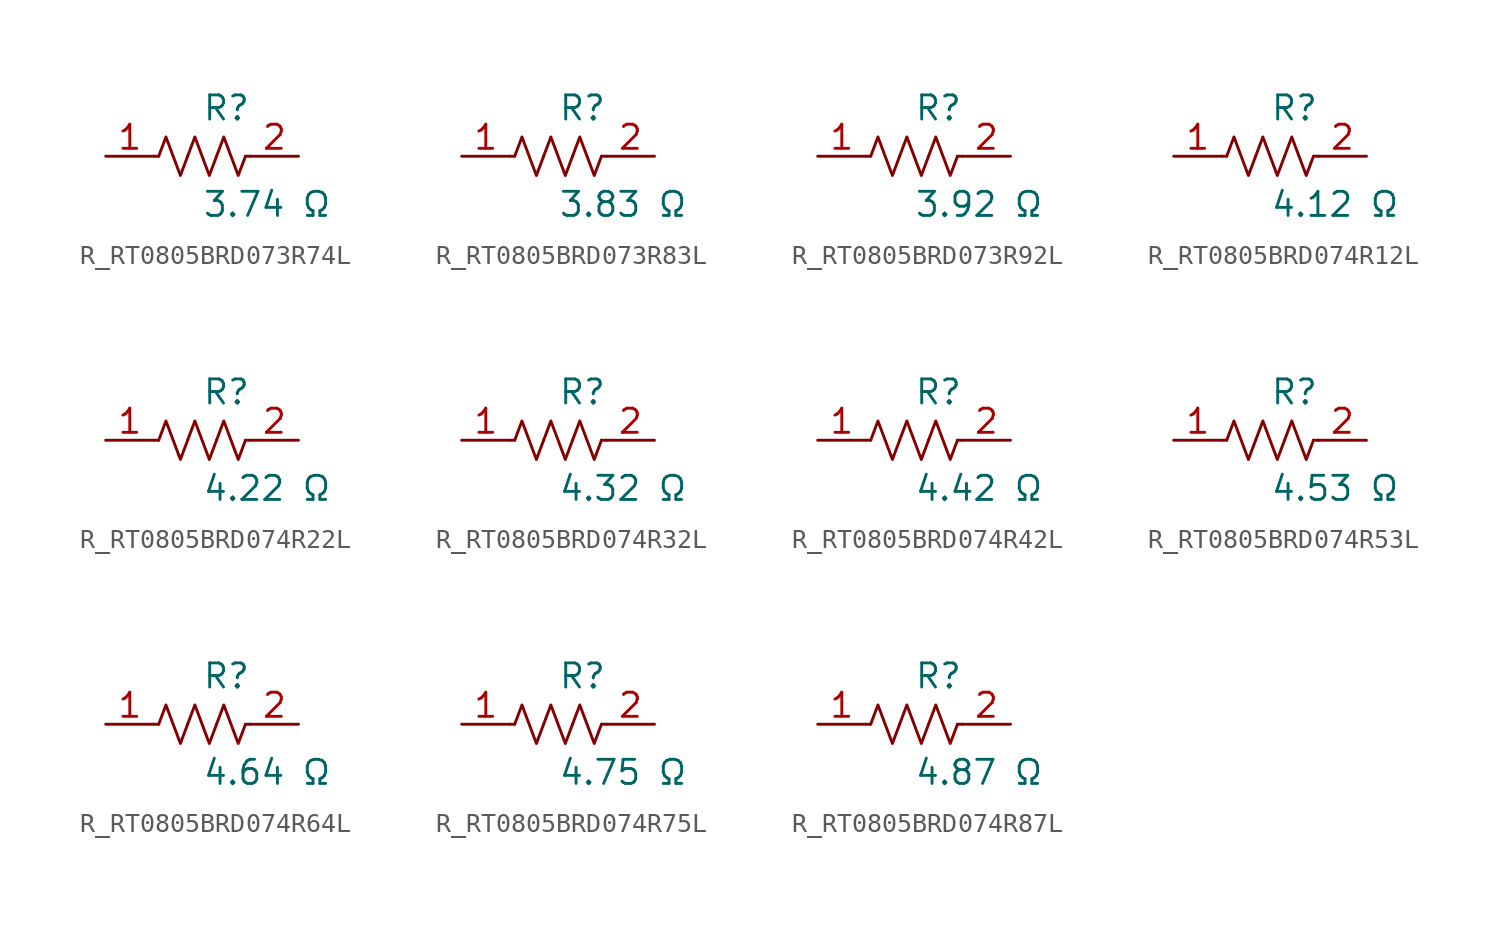
<source format=kicad_sym>
(kicad_symbol_lib
  (version 20231120)
  (generator kicad_symbol_editor)
  (generator_version 8.0)
  (symbol "R_RT0805BRD073R74L"
    (pin_names
      (offset 0.254))
    (property "Reference" "R"
      (at 0.0 2.54 0)
      (effects (font (size 1.27 1.27)) (justify left)))
    (property "Value" "3.74 Ω"
      (at 0.0 -2.54 0)
      (effects (font (size 1.27 1.27)) (justify left)))
    (symbol "R_RT0805BRD073R74L_0_1"
      (polyline (pts (xy 2.286 0) (xy 2.54 0)) (stroke (width 0) (type default)) (fill (type none)))
      (polyline (pts (xy -2.286 0) (xy -2.54 0)) (stroke (width 0) (type default)) (fill (type none)))
      (polyline (pts (xy 0.762 0) (xy 1.143 1.016) (xy 1.524 0) (xy 1.905 -1.016) (xy 2.286 0)) (stroke (width 0) (type default)) (fill (type none)))
      (polyline (pts (xy -0.762 0) (xy -0.381 1.016) (xy 0 0) (xy 0.381 -1.016) (xy 0.762 0)) (stroke (width 0) (type default)) (fill (type none)))
      (polyline (pts (xy -2.286 0) (xy -1.905 1.016) (xy -1.524 0) (xy -1.143 -1.016) (xy -0.762 0)) (stroke (width 0) (type default)) (fill (type none))))
    (pin unspecified line
      (at -5.08 0 0)
      (length 2.54)
      (name "" (effects (font (size 1.27 1.27))))
      (number "1" (effects (font (size 1.27 1.27)))))
    (pin unspecified line
      (at 5.08 0 180)
      (length 2.54)
      (name "" (effects (font (size 1.27 1.27))))
      (number "2" (effects (font (size 1.27 1.27))))))
  (symbol "R_RT0805BRD073R83L"
    (pin_names
      (offset 0.254))
    (property "Reference" "R"
      (at 0.0 2.54 0)
      (effects (font (size 1.27 1.27)) (justify left)))
    (property "Value" "3.83 Ω"
      (at 0.0 -2.54 0)
      (effects (font (size 1.27 1.27)) (justify left)))
    (symbol "R_RT0805BRD073R83L_0_1"
      (polyline (pts (xy 2.286 0) (xy 2.54 0)) (stroke (width 0) (type default)) (fill (type none)))
      (polyline (pts (xy -2.286 0) (xy -2.54 0)) (stroke (width 0) (type default)) (fill (type none)))
      (polyline (pts (xy 0.762 0) (xy 1.143 1.016) (xy 1.524 0) (xy 1.905 -1.016) (xy 2.286 0)) (stroke (width 0) (type default)) (fill (type none)))
      (polyline (pts (xy -0.762 0) (xy -0.381 1.016) (xy 0 0) (xy 0.381 -1.016) (xy 0.762 0)) (stroke (width 0) (type default)) (fill (type none)))
      (polyline (pts (xy -2.286 0) (xy -1.905 1.016) (xy -1.524 0) (xy -1.143 -1.016) (xy -0.762 0)) (stroke (width 0) (type default)) (fill (type none))))
    (pin unspecified line
      (at -5.08 0 0)
      (length 2.54)
      (name "" (effects (font (size 1.27 1.27))))
      (number "1" (effects (font (size 1.27 1.27)))))
    (pin unspecified line
      (at 5.08 0 180)
      (length 2.54)
      (name "" (effects (font (size 1.27 1.27))))
      (number "2" (effects (font (size 1.27 1.27))))))
  (symbol "R_RT0805BRD073R92L"
    (pin_names
      (offset 0.254))
    (property "Reference" "R"
      (at 0.0 2.54 0)
      (effects (font (size 1.27 1.27)) (justify left)))
    (property "Value" "3.92 Ω"
      (at 0.0 -2.54 0)
      (effects (font (size 1.27 1.27)) (justify left)))
    (symbol "R_RT0805BRD073R92L_0_1"
      (polyline (pts (xy 2.286 0) (xy 2.54 0)) (stroke (width 0) (type default)) (fill (type none)))
      (polyline (pts (xy -2.286 0) (xy -2.54 0)) (stroke (width 0) (type default)) (fill (type none)))
      (polyline (pts (xy 0.762 0) (xy 1.143 1.016) (xy 1.524 0) (xy 1.905 -1.016) (xy 2.286 0)) (stroke (width 0) (type default)) (fill (type none)))
      (polyline (pts (xy -0.762 0) (xy -0.381 1.016) (xy 0 0) (xy 0.381 -1.016) (xy 0.762 0)) (stroke (width 0) (type default)) (fill (type none)))
      (polyline (pts (xy -2.286 0) (xy -1.905 1.016) (xy -1.524 0) (xy -1.143 -1.016) (xy -0.762 0)) (stroke (width 0) (type default)) (fill (type none))))
    (pin unspecified line
      (at -5.08 0 0)
      (length 2.54)
      (name "" (effects (font (size 1.27 1.27))))
      (number "1" (effects (font (size 1.27 1.27)))))
    (pin unspecified line
      (at 5.08 0 180)
      (length 2.54)
      (name "" (effects (font (size 1.27 1.27))))
      (number "2" (effects (font (size 1.27 1.27))))))
  (symbol "R_RT0805BRD074R12L"
    (pin_names
      (offset 0.254))
    (property "Reference" "R"
      (at 0.0 2.54 0)
      (effects (font (size 1.27 1.27)) (justify left)))
    (property "Value" "4.12 Ω"
      (at 0.0 -2.54 0)
      (effects (font (size 1.27 1.27)) (justify left)))
    (symbol "R_RT0805BRD074R12L_0_1"
      (polyline (pts (xy 2.286 0) (xy 2.54 0)) (stroke (width 0) (type default)) (fill (type none)))
      (polyline (pts (xy -2.286 0) (xy -2.54 0)) (stroke (width 0) (type default)) (fill (type none)))
      (polyline (pts (xy 0.762 0) (xy 1.143 1.016) (xy 1.524 0) (xy 1.905 -1.016) (xy 2.286 0)) (stroke (width 0) (type default)) (fill (type none)))
      (polyline (pts (xy -0.762 0) (xy -0.381 1.016) (xy 0 0) (xy 0.381 -1.016) (xy 0.762 0)) (stroke (width 0) (type default)) (fill (type none)))
      (polyline (pts (xy -2.286 0) (xy -1.905 1.016) (xy -1.524 0) (xy -1.143 -1.016) (xy -0.762 0)) (stroke (width 0) (type default)) (fill (type none))))
    (pin unspecified line
      (at -5.08 0 0)
      (length 2.54)
      (name "" (effects (font (size 1.27 1.27))))
      (number "1" (effects (font (size 1.27 1.27)))))
    (pin unspecified line
      (at 5.08 0 180)
      (length 2.54)
      (name "" (effects (font (size 1.27 1.27))))
      (number "2" (effects (font (size 1.27 1.27))))))
  (symbol "R_RT0805BRD074R22L"
    (pin_names
      (offset 0.254))
    (property "Reference" "R"
      (at 0.0 2.54 0)
      (effects (font (size 1.27 1.27)) (justify left)))
    (property "Value" "4.22 Ω"
      (at 0.0 -2.54 0)
      (effects (font (size 1.27 1.27)) (justify left)))
    (symbol "R_RT0805BRD074R22L_0_1"
      (polyline (pts (xy 2.286 0) (xy 2.54 0)) (stroke (width 0) (type default)) (fill (type none)))
      (polyline (pts (xy -2.286 0) (xy -2.54 0)) (stroke (width 0) (type default)) (fill (type none)))
      (polyline (pts (xy 0.762 0) (xy 1.143 1.016) (xy 1.524 0) (xy 1.905 -1.016) (xy 2.286 0)) (stroke (width 0) (type default)) (fill (type none)))
      (polyline (pts (xy -0.762 0) (xy -0.381 1.016) (xy 0 0) (xy 0.381 -1.016) (xy 0.762 0)) (stroke (width 0) (type default)) (fill (type none)))
      (polyline (pts (xy -2.286 0) (xy -1.905 1.016) (xy -1.524 0) (xy -1.143 -1.016) (xy -0.762 0)) (stroke (width 0) (type default)) (fill (type none))))
    (pin unspecified line
      (at -5.08 0 0)
      (length 2.54)
      (name "" (effects (font (size 1.27 1.27))))
      (number "1" (effects (font (size 1.27 1.27)))))
    (pin unspecified line
      (at 5.08 0 180)
      (length 2.54)
      (name "" (effects (font (size 1.27 1.27))))
      (number "2" (effects (font (size 1.27 1.27))))))
  (symbol "R_RT0805BRD074R32L"
    (pin_names
      (offset 0.254))
    (property "Reference" "R"
      (at 0.0 2.54 0)
      (effects (font (size 1.27 1.27)) (justify left)))
    (property "Value" "4.32 Ω"
      (at 0.0 -2.54 0)
      (effects (font (size 1.27 1.27)) (justify left)))
    (symbol "R_RT0805BRD074R32L_0_1"
      (polyline (pts (xy 2.286 0) (xy 2.54 0)) (stroke (width 0) (type default)) (fill (type none)))
      (polyline (pts (xy -2.286 0) (xy -2.54 0)) (stroke (width 0) (type default)) (fill (type none)))
      (polyline (pts (xy 0.762 0) (xy 1.143 1.016) (xy 1.524 0) (xy 1.905 -1.016) (xy 2.286 0)) (stroke (width 0) (type default)) (fill (type none)))
      (polyline (pts (xy -0.762 0) (xy -0.381 1.016) (xy 0 0) (xy 0.381 -1.016) (xy 0.762 0)) (stroke (width 0) (type default)) (fill (type none)))
      (polyline (pts (xy -2.286 0) (xy -1.905 1.016) (xy -1.524 0) (xy -1.143 -1.016) (xy -0.762 0)) (stroke (width 0) (type default)) (fill (type none))))
    (pin unspecified line
      (at -5.08 0 0)
      (length 2.54)
      (name "" (effects (font (size 1.27 1.27))))
      (number "1" (effects (font (size 1.27 1.27)))))
    (pin unspecified line
      (at 5.08 0 180)
      (length 2.54)
      (name "" (effects (font (size 1.27 1.27))))
      (number "2" (effects (font (size 1.27 1.27))))))
  (symbol "R_RT0805BRD074R42L"
    (pin_names
      (offset 0.254))
    (property "Reference" "R"
      (at 0.0 2.54 0)
      (effects (font (size 1.27 1.27)) (justify left)))
    (property "Value" "4.42 Ω"
      (at 0.0 -2.54 0)
      (effects (font (size 1.27 1.27)) (justify left)))
    (symbol "R_RT0805BRD074R42L_0_1"
      (polyline (pts (xy 2.286 0) (xy 2.54 0)) (stroke (width 0) (type default)) (fill (type none)))
      (polyline (pts (xy -2.286 0) (xy -2.54 0)) (stroke (width 0) (type default)) (fill (type none)))
      (polyline (pts (xy 0.762 0) (xy 1.143 1.016) (xy 1.524 0) (xy 1.905 -1.016) (xy 2.286 0)) (stroke (width 0) (type default)) (fill (type none)))
      (polyline (pts (xy -0.762 0) (xy -0.381 1.016) (xy 0 0) (xy 0.381 -1.016) (xy 0.762 0)) (stroke (width 0) (type default)) (fill (type none)))
      (polyline (pts (xy -2.286 0) (xy -1.905 1.016) (xy -1.524 0) (xy -1.143 -1.016) (xy -0.762 0)) (stroke (width 0) (type default)) (fill (type none))))
    (pin unspecified line
      (at -5.08 0 0)
      (length 2.54)
      (name "" (effects (font (size 1.27 1.27))))
      (number "1" (effects (font (size 1.27 1.27)))))
    (pin unspecified line
      (at 5.08 0 180)
      (length 2.54)
      (name "" (effects (font (size 1.27 1.27))))
      (number "2" (effects (font (size 1.27 1.27))))))
  (symbol "R_RT0805BRD074R53L"
    (pin_names
      (offset 0.254))
    (property "Reference" "R"
      (at 0.0 2.54 0)
      (effects (font (size 1.27 1.27)) (justify left)))
    (property "Value" "4.53 Ω"
      (at 0.0 -2.54 0)
      (effects (font (size 1.27 1.27)) (justify left)))
    (symbol "R_RT0805BRD074R53L_0_1"
      (polyline (pts (xy 2.286 0) (xy 2.54 0)) (stroke (width 0) (type default)) (fill (type none)))
      (polyline (pts (xy -2.286 0) (xy -2.54 0)) (stroke (width 0) (type default)) (fill (type none)))
      (polyline (pts (xy 0.762 0) (xy 1.143 1.016) (xy 1.524 0) (xy 1.905 -1.016) (xy 2.286 0)) (stroke (width 0) (type default)) (fill (type none)))
      (polyline (pts (xy -0.762 0) (xy -0.381 1.016) (xy 0 0) (xy 0.381 -1.016) (xy 0.762 0)) (stroke (width 0) (type default)) (fill (type none)))
      (polyline (pts (xy -2.286 0) (xy -1.905 1.016) (xy -1.524 0) (xy -1.143 -1.016) (xy -0.762 0)) (stroke (width 0) (type default)) (fill (type none))))
    (pin unspecified line
      (at -5.08 0 0)
      (length 2.54)
      (name "" (effects (font (size 1.27 1.27))))
      (number "1" (effects (font (size 1.27 1.27)))))
    (pin unspecified line
      (at 5.08 0 180)
      (length 2.54)
      (name "" (effects (font (size 1.27 1.27))))
      (number "2" (effects (font (size 1.27 1.27))))))
  (symbol "R_RT0805BRD074R64L"
    (pin_names
      (offset 0.254))
    (property "Reference" "R"
      (at 0.0 2.54 0)
      (effects (font (size 1.27 1.27)) (justify left)))
    (property "Value" "4.64 Ω"
      (at 0.0 -2.54 0)
      (effects (font (size 1.27 1.27)) (justify left)))
    (symbol "R_RT0805BRD074R64L_0_1"
      (polyline (pts (xy 2.286 0) (xy 2.54 0)) (stroke (width 0) (type default)) (fill (type none)))
      (polyline (pts (xy -2.286 0) (xy -2.54 0)) (stroke (width 0) (type default)) (fill (type none)))
      (polyline (pts (xy 0.762 0) (xy 1.143 1.016) (xy 1.524 0) (xy 1.905 -1.016) (xy 2.286 0)) (stroke (width 0) (type default)) (fill (type none)))
      (polyline (pts (xy -0.762 0) (xy -0.381 1.016) (xy 0 0) (xy 0.381 -1.016) (xy 0.762 0)) (stroke (width 0) (type default)) (fill (type none)))
      (polyline (pts (xy -2.286 0) (xy -1.905 1.016) (xy -1.524 0) (xy -1.143 -1.016) (xy -0.762 0)) (stroke (width 0) (type default)) (fill (type none))))
    (pin unspecified line
      (at -5.08 0 0)
      (length 2.54)
      (name "" (effects (font (size 1.27 1.27))))
      (number "1" (effects (font (size 1.27 1.27)))))
    (pin unspecified line
      (at 5.08 0 180)
      (length 2.54)
      (name "" (effects (font (size 1.27 1.27))))
      (number "2" (effects (font (size 1.27 1.27))))))
  (symbol "R_RT0805BRD074R75L"
    (pin_names
      (offset 0.254))
    (property "Reference" "R"
      (at 0.0 2.54 0)
      (effects (font (size 1.27 1.27)) (justify left)))
    (property "Value" "4.75 Ω"
      (at 0.0 -2.54 0)
      (effects (font (size 1.27 1.27)) (justify left)))
    (symbol "R_RT0805BRD074R75L_0_1"
      (polyline (pts (xy 2.286 0) (xy 2.54 0)) (stroke (width 0) (type default)) (fill (type none)))
      (polyline (pts (xy -2.286 0) (xy -2.54 0)) (stroke (width 0) (type default)) (fill (type none)))
      (polyline (pts (xy 0.762 0) (xy 1.143 1.016) (xy 1.524 0) (xy 1.905 -1.016) (xy 2.286 0)) (stroke (width 0) (type default)) (fill (type none)))
      (polyline (pts (xy -0.762 0) (xy -0.381 1.016) (xy 0 0) (xy 0.381 -1.016) (xy 0.762 0)) (stroke (width 0) (type default)) (fill (type none)))
      (polyline (pts (xy -2.286 0) (xy -1.905 1.016) (xy -1.524 0) (xy -1.143 -1.016) (xy -0.762 0)) (stroke (width 0) (type default)) (fill (type none))))
    (pin unspecified line
      (at -5.08 0 0)
      (length 2.54)
      (name "" (effects (font (size 1.27 1.27))))
      (number "1" (effects (font (size 1.27 1.27)))))
    (pin unspecified line
      (at 5.08 0 180)
      (length 2.54)
      (name "" (effects (font (size 1.27 1.27))))
      (number "2" (effects (font (size 1.27 1.27))))))
  (symbol "R_RT0805BRD074R87L"
    (pin_names
      (offset 0.254))
    (property "Reference" "R"
      (at 0.0 2.54 0)
      (effects (font (size 1.27 1.27)) (justify left)))
    (property "Value" "4.87 Ω"
      (at 0.0 -2.54 0)
      (effects (font (size 1.27 1.27)) (justify left)))
    (symbol "R_RT0805BRD074R87L_0_1"
      (polyline (pts (xy 2.286 0) (xy 2.54 0)) (stroke (width 0) (type default)) (fill (type none)))
      (polyline (pts (xy -2.286 0) (xy -2.54 0)) (stroke (width 0) (type default)) (fill (type none)))
      (polyline (pts (xy 0.762 0) (xy 1.143 1.016) (xy 1.524 0) (xy 1.905 -1.016) (xy 2.286 0)) (stroke (width 0) (type default)) (fill (type none)))
      (polyline (pts (xy -0.762 0) (xy -0.381 1.016) (xy 0 0) (xy 0.381 -1.016) (xy 0.762 0)) (stroke (width 0) (type default)) (fill (type none)))
      (polyline (pts (xy -2.286 0) (xy -1.905 1.016) (xy -1.524 0) (xy -1.143 -1.016) (xy -0.762 0)) (stroke (width 0) (type default)) (fill (type none))))
    (pin unspecified line
      (at -5.08 0 0)
      (length 2.54)
      (name "" (effects (font (size 1.27 1.27))))
      (number "1" (effects (font (size 1.27 1.27)))))
    (pin unspecified line
      (at 5.08 0 180)
      (length 2.54)
      (name "" (effects (font (size 1.27 1.27))))
      (number "2" (effects (font (size 1.27 1.27)))))))
</source>
